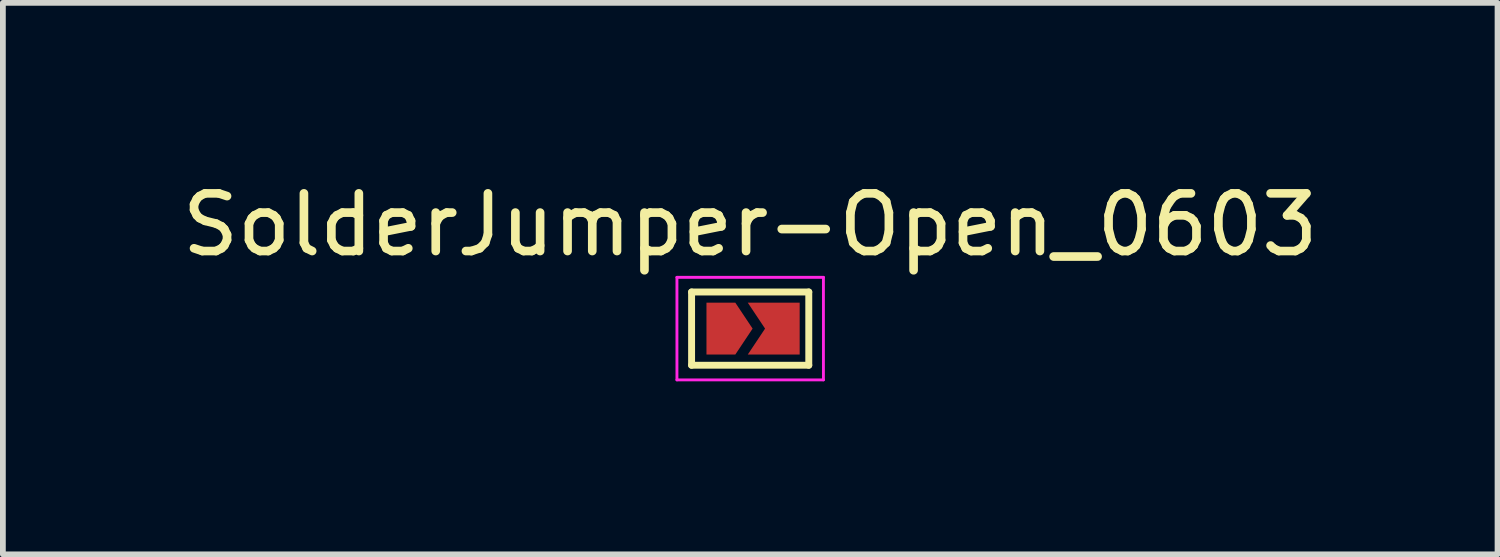
<source format=kicad_pcb>
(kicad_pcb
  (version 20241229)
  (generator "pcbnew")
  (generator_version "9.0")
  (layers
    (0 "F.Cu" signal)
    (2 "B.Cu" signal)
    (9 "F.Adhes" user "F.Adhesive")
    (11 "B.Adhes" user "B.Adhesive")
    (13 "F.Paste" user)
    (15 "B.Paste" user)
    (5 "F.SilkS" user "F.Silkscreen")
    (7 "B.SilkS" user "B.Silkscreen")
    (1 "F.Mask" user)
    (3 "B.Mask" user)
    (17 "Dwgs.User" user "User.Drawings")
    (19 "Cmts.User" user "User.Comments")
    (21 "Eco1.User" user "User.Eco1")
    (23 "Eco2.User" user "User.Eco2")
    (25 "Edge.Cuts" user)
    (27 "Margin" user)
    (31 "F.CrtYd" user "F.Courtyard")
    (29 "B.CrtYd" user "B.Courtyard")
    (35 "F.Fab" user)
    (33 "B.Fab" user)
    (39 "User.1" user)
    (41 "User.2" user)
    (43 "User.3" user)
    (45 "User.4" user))
  (footprint "SolderJumper-Open_0603"
    (layer "F.Cu")
    (at 9.958 2.648)
    (property "Reference" "SolderJumper-Open_0603" (at 0 -1.8 0) (layer "F.SilkS") (effects (font (size 1 1) (thickness 0.15))))
    (attr exclude_from_pos_files exclude_from_bom)
    (fp_line (start -1.016 -0.635) (end 1.016 -0.635) (stroke (width 0.12) (type solid)) (layer "F.SilkS"))
    (fp_line (start -1.016 0.635) (end -1.016 -0.635) (stroke (width 0.12) (type solid)) (layer "F.SilkS"))
    (fp_line (start 1.016 -0.635) (end 1.016 0.635) (stroke (width 0.12) (type solid)) (layer "F.SilkS"))
    (fp_line (start 1.016 0.635) (end -1.016 0.635) (stroke (width 0.12) (type solid)) (layer "F.SilkS"))
    (fp_line (start -1.27 -0.889) (end -1.27 0.889) (stroke (width 0.05) (type solid)) (layer "F.CrtYd"))
    (fp_line (start -1.27 -0.889) (end 1.27 -0.889) (stroke (width 0.05) (type solid)) (layer "F.CrtYd"))
    (fp_line (start 1.27 0.889) (end -1.27 0.889) (stroke (width 0.05) (type solid)) (layer "F.CrtYd"))
    (fp_line (start 1.27 0.889) (end 1.27 -0.889) (stroke (width 0.05) (type solid)) (layer "F.CrtYd"))
    (pad "1" smd custom (at -0.508 0) (size 0.3 0.3) (layers "F.Cu" "F.Mask") (options (anchor rect)) (primitives (gr_poly (pts (xy -0.25 -0.45) (xy 0.25 -0.45) (xy 0.55 0) (xy 0.25 0.45) (xy -0.25 0.45)) (width 0) (fill yes))))
    (pad "2" smd custom (at 0.508 0) (size 0.3 0.3) (layers "F.Cu" "F.Mask") (options (anchor rect)) (primitives (gr_poly (pts (xy -0.55 -0.45) (xy 0.35 -0.45) (xy 0.35 0.45) (xy -0.55 0.45) (xy -0.25 0)) (width 0) (fill yes)))))
  (gr_rect
    (start -3 -3)
    (end 22.917 6.562)
    (stroke (width 0.1) (type default))
    (fill no)
    (layer "Edge.Cuts")))
</source>
